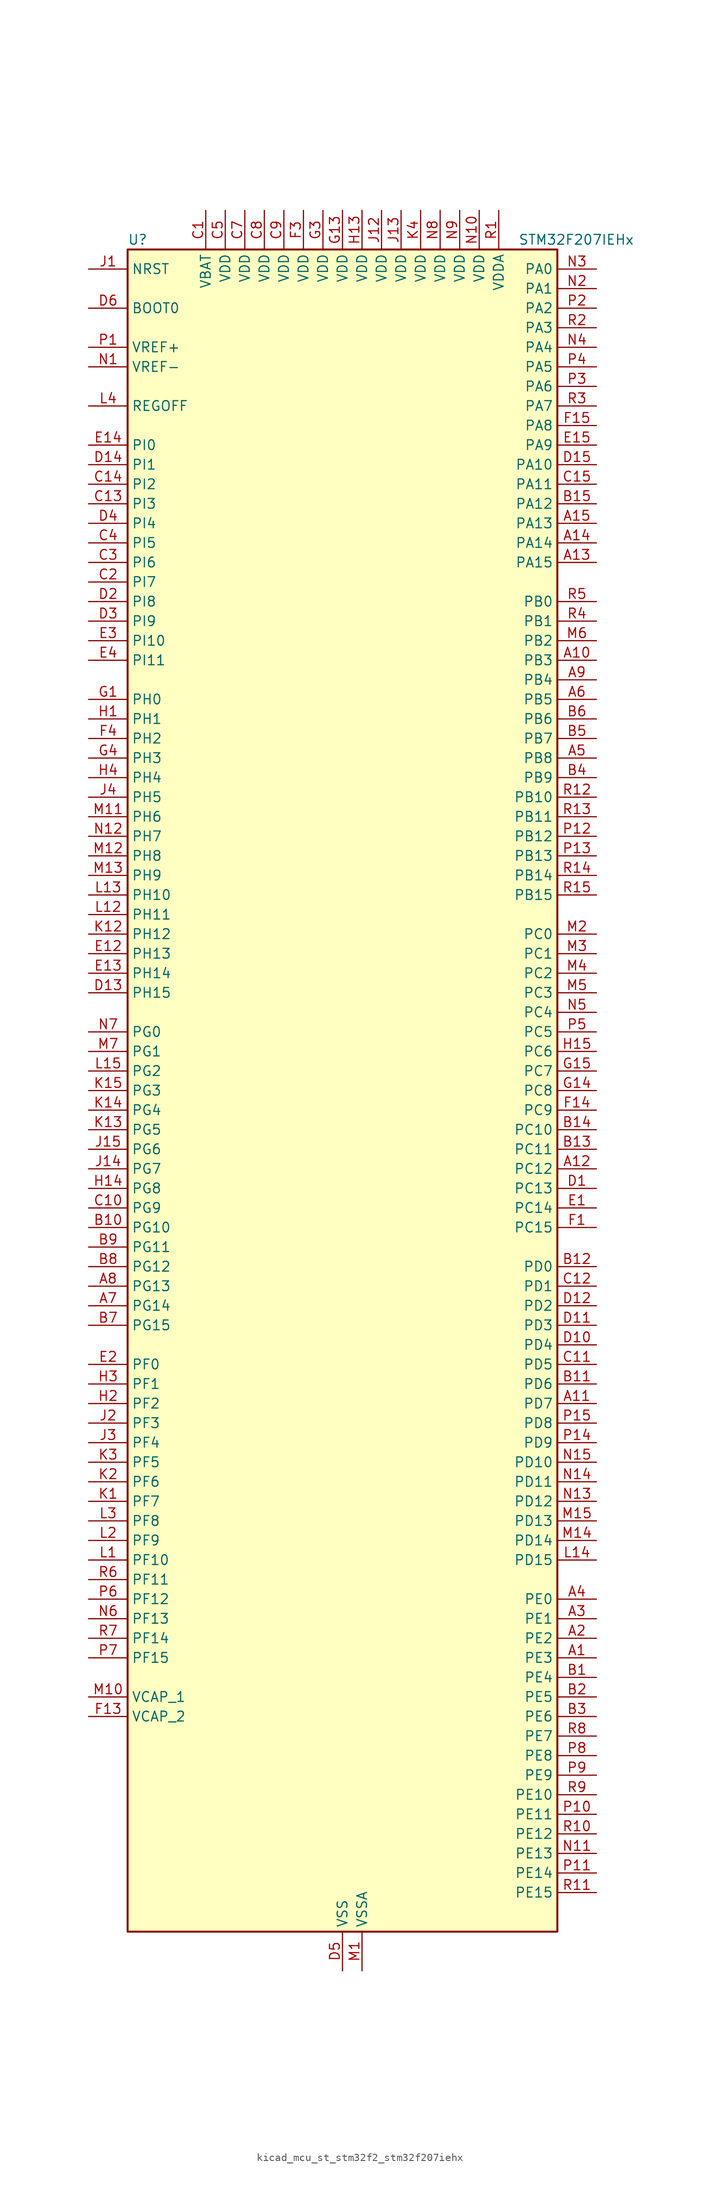
<source format=kicad_sym>
(kicad_symbol_lib
  (version 20220914)
  (generator kicad_symbol_editor)
  (symbol "kicad_mcu_st_stm32f2_stm32f207iehx"
    (property "Reference" "U"
      (at -27.94 110.49 0)
      (effects (font (size 1.27 1.27)) (justify left)))
    (property "Value" "STM32F207IEHx"
      (at 22.86 110.49 0)
      (effects (font (size 1.27 1.27)) (justify left)))
    (property "ki_locked" ""
      (at 0 0 0)
      (effects (font (size 1.27 1.27))))
    (symbol "kicad_mcu_st_stm32f2_stm32f207iehx_0_1"
      (rectangle (start -27.94 -109.22) (end 27.94 109.22) (stroke (width 0.254) (type default)) (fill (type background))))
    (symbol "kicad_mcu_st_stm32f2_stm32f207iehx_1_1"
      (pin bidirectional line (at 33.02 -73.66 180) (length 5.08) (name "PE3" (effects (font (size 1.27 1.27)))) (number "A1" (effects (font (size 1.27 1.27)))) (alternate "FSMC_A19" bidirectional line) (alternate "SYS_TRACED0" bidirectional line))
      (pin bidirectional line (at 33.02 55.88 180) (length 5.08) (name "PB3" (effects (font (size 1.27 1.27)))) (number "A10" (effects (font (size 1.27 1.27)))) (alternate "I2S3_SCK" bidirectional line) (alternate "SPI1_SCK" bidirectional line) (alternate "SPI3_SCK" bidirectional line) (alternate "SYS_JTDO-SWO" bidirectional line) (alternate "TIM2_CH2" bidirectional line))
      (pin bidirectional line (at 33.02 -40.64 180) (length 5.08) (name "PD7" (effects (font (size 1.27 1.27)))) (number "A11" (effects (font (size 1.27 1.27)))) (alternate "FSMC_NCE2" bidirectional line) (alternate "FSMC_NE1" bidirectional line) (alternate "USART2_CK" bidirectional line))
      (pin bidirectional line (at 33.02 -10.16 180) (length 5.08) (name "PC12" (effects (font (size 1.27 1.27)))) (number "A12" (effects (font (size 1.27 1.27)))) (alternate "DCMI_D9" bidirectional line) (alternate "I2S3_SD" bidirectional line) (alternate "SDIO_CK" bidirectional line) (alternate "SPI3_MOSI" bidirectional line) (alternate "UART5_TX" bidirectional line) (alternate "USART3_CK" bidirectional line))
      (pin bidirectional line (at 33.02 68.58 180) (length 5.08) (name "PA15" (effects (font (size 1.27 1.27)))) (number "A13" (effects (font (size 1.27 1.27)))) (alternate "ADC1_EXTI15" bidirectional line) (alternate "ADC2_EXTI15" bidirectional line) (alternate "ADC3_EXTI15" bidirectional line) (alternate "I2S3_WS" bidirectional line) (alternate "SPI1_NSS" bidirectional line) (alternate "SPI3_NSS" bidirectional line) (alternate "SYS_JTDI" bidirectional line) (alternate "TIM2_CH1" bidirectional line) (alternate "TIM2_ETR" bidirectional line))
      (pin bidirectional line (at 33.02 71.12 180) (length 5.08) (name "PA14" (effects (font (size 1.27 1.27)))) (number "A14" (effects (font (size 1.27 1.27)))) (alternate "SYS_JTCK-SWCLK" bidirectional line))
      (pin bidirectional line (at 33.02 73.66 180) (length 5.08) (name "PA13" (effects (font (size 1.27 1.27)))) (number "A15" (effects (font (size 1.27 1.27)))) (alternate "SYS_JTMS-SWDIO" bidirectional line))
      (pin bidirectional line (at 33.02 -71.12 180) (length 5.08) (name "PE2" (effects (font (size 1.27 1.27)))) (number "A2" (effects (font (size 1.27 1.27)))) (alternate "ETH_TXD3" bidirectional line) (alternate "FSMC_A23" bidirectional line) (alternate "SYS_TRACECLK" bidirectional line))
      (pin bidirectional line (at 33.02 -68.58 180) (length 5.08) (name "PE1" (effects (font (size 1.27 1.27)))) (number "A3" (effects (font (size 1.27 1.27)))) (alternate "DCMI_D3" bidirectional line) (alternate "FSMC_NBL1" bidirectional line))
      (pin bidirectional line (at 33.02 -66.04 180) (length 5.08) (name "PE0" (effects (font (size 1.27 1.27)))) (number "A4" (effects (font (size 1.27 1.27)))) (alternate "DCMI_D2" bidirectional line) (alternate "FSMC_NBL0" bidirectional line) (alternate "TIM4_ETR" bidirectional line))
      (pin bidirectional line (at 33.02 43.18 180) (length 5.08) (name "PB8" (effects (font (size 1.27 1.27)))) (number "A5" (effects (font (size 1.27 1.27)))) (alternate "CAN1_RX" bidirectional line) (alternate "DCMI_D6" bidirectional line) (alternate "ETH_TXD3" bidirectional line) (alternate "I2C1_SCL" bidirectional line) (alternate "SDIO_D4" bidirectional line) (alternate "TIM10_CH1" bidirectional line) (alternate "TIM4_CH3" bidirectional line))
      (pin bidirectional line (at 33.02 50.8 180) (length 5.08) (name "PB5" (effects (font (size 1.27 1.27)))) (number "A6" (effects (font (size 1.27 1.27)))) (alternate "CAN2_RX" bidirectional line) (alternate "DCMI_D10" bidirectional line) (alternate "ETH_PPS_OUT" bidirectional line) (alternate "I2C1_SMBA" bidirectional line) (alternate "I2S3_SD" bidirectional line) (alternate "SPI1_MOSI" bidirectional line) (alternate "SPI3_MOSI" bidirectional line) (alternate "TIM3_CH2" bidirectional line) (alternate "USB_OTG_HS_ULPI_D7" bidirectional line))
      (pin bidirectional line (at -33.02 -27.94 0) (length 5.08) (name "PG14" (effects (font (size 1.27 1.27)))) (number "A7" (effects (font (size 1.27 1.27)))) (alternate "ETH_TXD1" bidirectional line) (alternate "FSMC_A25" bidirectional line) (alternate "USART6_TX" bidirectional line))
      (pin bidirectional line (at -33.02 -25.4 0) (length 5.08) (name "PG13" (effects (font (size 1.27 1.27)))) (number "A8" (effects (font (size 1.27 1.27)))) (alternate "ETH_TXD0" bidirectional line) (alternate "FSMC_A24" bidirectional line) (alternate "USART6_CTS" bidirectional line))
      (pin bidirectional line (at 33.02 53.34 180) (length 5.08) (name "PB4" (effects (font (size 1.27 1.27)))) (number "A9" (effects (font (size 1.27 1.27)))) (alternate "SPI1_MISO" bidirectional line) (alternate "SPI3_MISO" bidirectional line) (alternate "SYS_JTRST" bidirectional line) (alternate "TIM3_CH1" bidirectional line))
      (pin bidirectional line (at 33.02 -76.2 180) (length 5.08) (name "PE4" (effects (font (size 1.27 1.27)))) (number "B1" (effects (font (size 1.27 1.27)))) (alternate "DCMI_D4" bidirectional line) (alternate "FSMC_A20" bidirectional line) (alternate "SYS_TRACED1" bidirectional line))
      (pin bidirectional line (at -33.02 -17.78 0) (length 5.08) (name "PG10" (effects (font (size 1.27 1.27)))) (number "B10" (effects (font (size 1.27 1.27)))) (alternate "FSMC_NCE4_1" bidirectional line) (alternate "FSMC_NE3" bidirectional line))
      (pin bidirectional line (at 33.02 -38.1 180) (length 5.08) (name "PD6" (effects (font (size 1.27 1.27)))) (number "B11" (effects (font (size 1.27 1.27)))) (alternate "FSMC_NWAIT" bidirectional line) (alternate "USART2_RX" bidirectional line))
      (pin bidirectional line (at 33.02 -22.86 180) (length 5.08) (name "PD0" (effects (font (size 1.27 1.27)))) (number "B12" (effects (font (size 1.27 1.27)))) (alternate "CAN1_RX" bidirectional line) (alternate "FSMC_D2" bidirectional line) (alternate "FSMC_DA2" bidirectional line))
      (pin bidirectional line (at 33.02 -7.62 180) (length 5.08) (name "PC11" (effects (font (size 1.27 1.27)))) (number "B13" (effects (font (size 1.27 1.27)))) (alternate "ADC1_EXTI11" bidirectional line) (alternate "ADC2_EXTI11" bidirectional line) (alternate "ADC3_EXTI11" bidirectional line) (alternate "DCMI_D4" bidirectional line) (alternate "SDIO_D3" bidirectional line) (alternate "SPI3_MISO" bidirectional line) (alternate "UART4_RX" bidirectional line) (alternate "USART3_RX" bidirectional line))
      (pin bidirectional line (at 33.02 -5.08 180) (length 5.08) (name "PC10" (effects (font (size 1.27 1.27)))) (number "B14" (effects (font (size 1.27 1.27)))) (alternate "DCMI_D8" bidirectional line) (alternate "I2S3_SCK" bidirectional line) (alternate "SDIO_D2" bidirectional line) (alternate "SPI3_SCK" bidirectional line) (alternate "UART4_TX" bidirectional line) (alternate "USART3_TX" bidirectional line))
      (pin bidirectional line (at 33.02 76.2 180) (length 5.08) (name "PA12" (effects (font (size 1.27 1.27)))) (number "B15" (effects (font (size 1.27 1.27)))) (alternate "CAN1_TX" bidirectional line) (alternate "TIM1_ETR" bidirectional line) (alternate "USART1_RTS" bidirectional line) (alternate "USB_OTG_FS_DP" bidirectional line))
      (pin bidirectional line (at 33.02 -78.74 180) (length 5.08) (name "PE5" (effects (font (size 1.27 1.27)))) (number "B2" (effects (font (size 1.27 1.27)))) (alternate "DCMI_D6" bidirectional line) (alternate "FSMC_A21" bidirectional line) (alternate "SYS_TRACED2" bidirectional line) (alternate "TIM9_CH1" bidirectional line))
      (pin bidirectional line (at 33.02 -81.28 180) (length 5.08) (name "PE6" (effects (font (size 1.27 1.27)))) (number "B3" (effects (font (size 1.27 1.27)))) (alternate "DCMI_D7" bidirectional line) (alternate "FSMC_A22" bidirectional line) (alternate "SYS_TRACED3" bidirectional line) (alternate "TIM9_CH2" bidirectional line))
      (pin bidirectional line (at 33.02 40.64 180) (length 5.08) (name "PB9" (effects (font (size 1.27 1.27)))) (number "B4" (effects (font (size 1.27 1.27)))) (alternate "CAN1_TX" bidirectional line) (alternate "DAC_EXTI9" bidirectional line) (alternate "DCMI_D7" bidirectional line) (alternate "I2C1_SDA" bidirectional line) (alternate "I2S2_WS" bidirectional line) (alternate "SDIO_D5" bidirectional line) (alternate "SPI2_NSS" bidirectional line) (alternate "TIM11_CH1" bidirectional line) (alternate "TIM4_CH4" bidirectional line))
      (pin bidirectional line (at 33.02 45.72 180) (length 5.08) (name "PB7" (effects (font (size 1.27 1.27)))) (number "B5" (effects (font (size 1.27 1.27)))) (alternate "DCMI_VSYNC" bidirectional line) (alternate "FSMC_NL" bidirectional line) (alternate "I2C1_SDA" bidirectional line) (alternate "TIM4_CH2" bidirectional line) (alternate "USART1_RX" bidirectional line))
      (pin bidirectional line (at 33.02 48.26 180) (length 5.08) (name "PB6" (effects (font (size 1.27 1.27)))) (number "B6" (effects (font (size 1.27 1.27)))) (alternate "CAN2_TX" bidirectional line) (alternate "DCMI_D5" bidirectional line) (alternate "I2C1_SCL" bidirectional line) (alternate "TIM4_CH1" bidirectional line) (alternate "USART1_TX" bidirectional line))
      (pin bidirectional line (at -33.02 -30.48 0) (length 5.08) (name "PG15" (effects (font (size 1.27 1.27)))) (number "B7" (effects (font (size 1.27 1.27)))) (alternate "ADC1_EXTI15" bidirectional line) (alternate "ADC2_EXTI15" bidirectional line) (alternate "ADC3_EXTI15" bidirectional line) (alternate "DCMI_D13" bidirectional line) (alternate "USART6_CTS" bidirectional line))
      (pin bidirectional line (at -33.02 -22.86 0) (length 5.08) (name "PG12" (effects (font (size 1.27 1.27)))) (number "B8" (effects (font (size 1.27 1.27)))) (alternate "FSMC_NE4" bidirectional line) (alternate "USART6_RTS" bidirectional line))
      (pin bidirectional line (at -33.02 -20.32 0) (length 5.08) (name "PG11" (effects (font (size 1.27 1.27)))) (number "B9" (effects (font (size 1.27 1.27)))) (alternate "ADC1_EXTI11" bidirectional line) (alternate "ADC2_EXTI11" bidirectional line) (alternate "ADC3_EXTI11" bidirectional line) (alternate "ETH_TX_EN" bidirectional line) (alternate "FSMC_NCE4_2" bidirectional line))
      (pin power_in line (at -17.78 114.3 270) (length 5.08) (name "VBAT" (effects (font (size 1.27 1.27)))) (number "C1" (effects (font (size 1.27 1.27)))))
      (pin bidirectional line (at -33.02 -15.24 0) (length 5.08) (name "PG9" (effects (font (size 1.27 1.27)))) (number "C10" (effects (font (size 1.27 1.27)))) (alternate "DAC_EXTI9" bidirectional line) (alternate "FSMC_NCE3" bidirectional line) (alternate "FSMC_NE2" bidirectional line) (alternate "USART6_RX" bidirectional line))
      (pin bidirectional line (at 33.02 -35.56 180) (length 5.08) (name "PD5" (effects (font (size 1.27 1.27)))) (number "C11" (effects (font (size 1.27 1.27)))) (alternate "FSMC_NWE" bidirectional line) (alternate "USART2_TX" bidirectional line))
      (pin bidirectional line (at 33.02 -25.4 180) (length 5.08) (name "PD1" (effects (font (size 1.27 1.27)))) (number "C12" (effects (font (size 1.27 1.27)))) (alternate "CAN1_TX" bidirectional line) (alternate "FSMC_D3" bidirectional line) (alternate "FSMC_DA3" bidirectional line))
      (pin bidirectional line (at -33.02 76.2 0) (length 5.08) (name "PI3" (effects (font (size 1.27 1.27)))) (number "C13" (effects (font (size 1.27 1.27)))) (alternate "DCMI_D10" bidirectional line) (alternate "I2S2_SD" bidirectional line) (alternate "SPI2_MOSI" bidirectional line) (alternate "TIM8_ETR" bidirectional line))
      (pin bidirectional line (at -33.02 78.74 0) (length 5.08) (name "PI2" (effects (font (size 1.27 1.27)))) (number "C14" (effects (font (size 1.27 1.27)))) (alternate "DCMI_D9" bidirectional line) (alternate "SPI2_MISO" bidirectional line) (alternate "TIM8_CH4" bidirectional line))
      (pin bidirectional line (at 33.02 78.74 180) (length 5.08) (name "PA11" (effects (font (size 1.27 1.27)))) (number "C15" (effects (font (size 1.27 1.27)))) (alternate "ADC1_EXTI11" bidirectional line) (alternate "ADC2_EXTI11" bidirectional line) (alternate "ADC3_EXTI11" bidirectional line) (alternate "CAN1_RX" bidirectional line) (alternate "TIM1_CH4" bidirectional line) (alternate "USART1_CTS" bidirectional line) (alternate "USB_OTG_FS_DM" bidirectional line))
      (pin bidirectional line (at -33.02 66.04 0) (length 5.08) (name "PI7" (effects (font (size 1.27 1.27)))) (number "C2" (effects (font (size 1.27 1.27)))) (alternate "DCMI_D7" bidirectional line) (alternate "TIM8_CH3" bidirectional line))
      (pin bidirectional line (at -33.02 68.58 0) (length 5.08) (name "PI6" (effects (font (size 1.27 1.27)))) (number "C3" (effects (font (size 1.27 1.27)))) (alternate "DCMI_D6" bidirectional line) (alternate "TIM8_CH2" bidirectional line))
      (pin bidirectional line (at -33.02 71.12 0) (length 5.08) (name "PI5" (effects (font (size 1.27 1.27)))) (number "C4" (effects (font (size 1.27 1.27)))) (alternate "DCMI_VSYNC" bidirectional line) (alternate "TIM8_CH1" bidirectional line))
      (pin power_in line (at -15.24 114.3 270) (length 5.08) (name "VDD" (effects (font (size 1.27 1.27)))) (number "C5" (effects (font (size 1.27 1.27)))))
      (pin no_connect line (at -27.94 -109.22 0) (length 5.08) hide (name "RFU" (effects (font (size 1.27 1.27)))) (number "C6" (effects (font (size 1.27 1.27)))))
      (pin power_in line (at -12.7 114.3 270) (length 5.08) (name "VDD" (effects (font (size 1.27 1.27)))) (number "C7" (effects (font (size 1.27 1.27)))))
      (pin power_in line (at -10.16 114.3 270) (length 5.08) (name "VDD" (effects (font (size 1.27 1.27)))) (number "C8" (effects (font (size 1.27 1.27)))))
      (pin power_in line (at -7.62 114.3 270) (length 5.08) (name "VDD" (effects (font (size 1.27 1.27)))) (number "C9" (effects (font (size 1.27 1.27)))))
      (pin bidirectional line (at 33.02 -12.7 180) (length 5.08) (name "PC13" (effects (font (size 1.27 1.27)))) (number "D1" (effects (font (size 1.27 1.27)))) (alternate "RTC_AF1" bidirectional line))
      (pin bidirectional line (at 33.02 -33.02 180) (length 5.08) (name "PD4" (effects (font (size 1.27 1.27)))) (number "D10" (effects (font (size 1.27 1.27)))) (alternate "FSMC_NOE" bidirectional line) (alternate "USART2_RTS" bidirectional line))
      (pin bidirectional line (at 33.02 -30.48 180) (length 5.08) (name "PD3" (effects (font (size 1.27 1.27)))) (number "D11" (effects (font (size 1.27 1.27)))) (alternate "FSMC_CLK" bidirectional line) (alternate "USART2_CTS" bidirectional line))
      (pin bidirectional line (at 33.02 -27.94 180) (length 5.08) (name "PD2" (effects (font (size 1.27 1.27)))) (number "D12" (effects (font (size 1.27 1.27)))) (alternate "DCMI_D11" bidirectional line) (alternate "SDIO_CMD" bidirectional line) (alternate "TIM3_ETR" bidirectional line) (alternate "UART5_RX" bidirectional line))
      (pin bidirectional line (at -33.02 12.7 0) (length 5.08) (name "PH15" (effects (font (size 1.27 1.27)))) (number "D13" (effects (font (size 1.27 1.27)))) (alternate "ADC1_EXTI15" bidirectional line) (alternate "ADC2_EXTI15" bidirectional line) (alternate "ADC3_EXTI15" bidirectional line) (alternate "DCMI_D11" bidirectional line) (alternate "TIM8_CH3N" bidirectional line))
      (pin bidirectional line (at -33.02 81.28 0) (length 5.08) (name "PI1" (effects (font (size 1.27 1.27)))) (number "D14" (effects (font (size 1.27 1.27)))) (alternate "DCMI_D8" bidirectional line) (alternate "I2S2_SCK" bidirectional line) (alternate "SPI2_SCK" bidirectional line))
      (pin bidirectional line (at 33.02 81.28 180) (length 5.08) (name "PA10" (effects (font (size 1.27 1.27)))) (number "D15" (effects (font (size 1.27 1.27)))) (alternate "DCMI_D1" bidirectional line) (alternate "TIM1_CH3" bidirectional line) (alternate "USART1_RX" bidirectional line) (alternate "USB_OTG_FS_ID" bidirectional line))
      (pin bidirectional line (at -33.02 63.5 0) (length 5.08) (name "PI8" (effects (font (size 1.27 1.27)))) (number "D2" (effects (font (size 1.27 1.27)))) (alternate "RTC_AF2" bidirectional line))
      (pin bidirectional line (at -33.02 60.96 0) (length 5.08) (name "PI9" (effects (font (size 1.27 1.27)))) (number "D3" (effects (font (size 1.27 1.27)))) (alternate "CAN1_RX" bidirectional line) (alternate "DAC_EXTI9" bidirectional line))
      (pin bidirectional line (at -33.02 73.66 0) (length 5.08) (name "PI4" (effects (font (size 1.27 1.27)))) (number "D4" (effects (font (size 1.27 1.27)))) (alternate "DCMI_D5" bidirectional line) (alternate "TIM8_BKIN" bidirectional line))
      (pin power_in line (at 0 -114.3 90) (length 5.08) (name "VSS" (effects (font (size 1.27 1.27)))) (number "D5" (effects (font (size 1.27 1.27)))))
      (pin input line (at -33.02 101.6 0) (length 5.08) (name "BOOT0" (effects (font (size 1.27 1.27)))) (number "D6" (effects (font (size 1.27 1.27)))))
      (pin passive line (at 0 -114.3 90) (length 5.08) hide (name "VSS" (effects (font (size 1.27 1.27)))) (number "D7" (effects (font (size 1.27 1.27)))))
      (pin passive line (at 0 -114.3 90) (length 5.08) hide (name "VSS" (effects (font (size 1.27 1.27)))) (number "D8" (effects (font (size 1.27 1.27)))))
      (pin passive line (at 0 -114.3 90) (length 5.08) hide (name "VSS" (effects (font (size 1.27 1.27)))) (number "D9" (effects (font (size 1.27 1.27)))))
      (pin bidirectional line (at 33.02 -15.24 180) (length 5.08) (name "PC14" (effects (font (size 1.27 1.27)))) (number "E1" (effects (font (size 1.27 1.27)))) (alternate "RCC_OSC32_IN" bidirectional line))
      (pin bidirectional line (at -33.02 17.78 0) (length 5.08) (name "PH13" (effects (font (size 1.27 1.27)))) (number "E12" (effects (font (size 1.27 1.27)))) (alternate "CAN1_TX" bidirectional line) (alternate "TIM8_CH1N" bidirectional line))
      (pin bidirectional line (at -33.02 15.24 0) (length 5.08) (name "PH14" (effects (font (size 1.27 1.27)))) (number "E13" (effects (font (size 1.27 1.27)))) (alternate "DCMI_D4" bidirectional line) (alternate "TIM8_CH2N" bidirectional line))
      (pin bidirectional line (at -33.02 83.82 0) (length 5.08) (name "PI0" (effects (font (size 1.27 1.27)))) (number "E14" (effects (font (size 1.27 1.27)))) (alternate "DCMI_D13" bidirectional line) (alternate "I2S2_WS" bidirectional line) (alternate "SPI2_NSS" bidirectional line) (alternate "TIM5_CH4" bidirectional line))
      (pin bidirectional line (at 33.02 83.82 180) (length 5.08) (name "PA9" (effects (font (size 1.27 1.27)))) (number "E15" (effects (font (size 1.27 1.27)))) (alternate "DAC_EXTI9" bidirectional line) (alternate "DCMI_D0" bidirectional line) (alternate "I2C3_SMBA" bidirectional line) (alternate "TIM1_CH2" bidirectional line) (alternate "USART1_TX" bidirectional line) (alternate "USB_OTG_FS_VBUS" bidirectional line))
      (pin bidirectional line (at -33.02 -35.56 0) (length 5.08) (name "PF0" (effects (font (size 1.27 1.27)))) (number "E2" (effects (font (size 1.27 1.27)))) (alternate "FSMC_A0" bidirectional line) (alternate "I2C2_SDA" bidirectional line))
      (pin bidirectional line (at -33.02 58.42 0) (length 5.08) (name "PI10" (effects (font (size 1.27 1.27)))) (number "E3" (effects (font (size 1.27 1.27)))) (alternate "ETH_RX_ER" bidirectional line))
      (pin bidirectional line (at -33.02 55.88 0) (length 5.08) (name "PI11" (effects (font (size 1.27 1.27)))) (number "E4" (effects (font (size 1.27 1.27)))) (alternate "ADC1_EXTI11" bidirectional line) (alternate "ADC2_EXTI11" bidirectional line) (alternate "ADC3_EXTI11" bidirectional line) (alternate "USB_OTG_HS_ULPI_DIR" bidirectional line))
      (pin bidirectional line (at 33.02 -17.78 180) (length 5.08) (name "PC15" (effects (font (size 1.27 1.27)))) (number "F1" (effects (font (size 1.27 1.27)))) (alternate "ADC1_EXTI15" bidirectional line) (alternate "ADC2_EXTI15" bidirectional line) (alternate "ADC3_EXTI15" bidirectional line) (alternate "RCC_OSC32_OUT" bidirectional line))
      (pin passive line (at 0 -114.3 90) (length 5.08) hide (name "VSS" (effects (font (size 1.27 1.27)))) (number "F10" (effects (font (size 1.27 1.27)))))
      (pin passive line (at 0 -114.3 90) (length 5.08) hide (name "VSS" (effects (font (size 1.27 1.27)))) (number "F12" (effects (font (size 1.27 1.27)))))
      (pin power_out line (at -33.02 -81.28 0) (length 5.08) (name "VCAP_2" (effects (font (size 1.27 1.27)))) (number "F13" (effects (font (size 1.27 1.27)))))
      (pin bidirectional line (at 33.02 -2.54 180) (length 5.08) (name "PC9" (effects (font (size 1.27 1.27)))) (number "F14" (effects (font (size 1.27 1.27)))) (alternate "DAC_EXTI9" bidirectional line) (alternate "DCMI_D3" bidirectional line) (alternate "I2C3_SDA" bidirectional line) (alternate "I2S_CKIN" bidirectional line) (alternate "RCC_MCO_2" bidirectional line) (alternate "SDIO_D1" bidirectional line) (alternate "TIM3_CH4" bidirectional line) (alternate "TIM8_CH4" bidirectional line))
      (pin bidirectional line (at 33.02 86.36 180) (length 5.08) (name "PA8" (effects (font (size 1.27 1.27)))) (number "F15" (effects (font (size 1.27 1.27)))) (alternate "I2C3_SCL" bidirectional line) (alternate "RCC_MCO_1" bidirectional line) (alternate "TIM1_CH1" bidirectional line) (alternate "USART1_CK" bidirectional line) (alternate "USB_OTG_FS_SOF" bidirectional line))
      (pin passive line (at 0 -114.3 90) (length 5.08) hide (name "VSS" (effects (font (size 1.27 1.27)))) (number "F2" (effects (font (size 1.27 1.27)))))
      (pin power_in line (at -5.08 114.3 270) (length 5.08) (name "VDD" (effects (font (size 1.27 1.27)))) (number "F3" (effects (font (size 1.27 1.27)))))
      (pin bidirectional line (at -33.02 45.72 0) (length 5.08) (name "PH2" (effects (font (size 1.27 1.27)))) (number "F4" (effects (font (size 1.27 1.27)))) (alternate "ETH_CRS" bidirectional line))
      (pin passive line (at 0 -114.3 90) (length 5.08) hide (name "VSS" (effects (font (size 1.27 1.27)))) (number "F6" (effects (font (size 1.27 1.27)))))
      (pin passive line (at 0 -114.3 90) (length 5.08) hide (name "VSS" (effects (font (size 1.27 1.27)))) (number "F7" (effects (font (size 1.27 1.27)))))
      (pin passive line (at 0 -114.3 90) (length 5.08) hide (name "VSS" (effects (font (size 1.27 1.27)))) (number "F8" (effects (font (size 1.27 1.27)))))
      (pin passive line (at 0 -114.3 90) (length 5.08) hide (name "VSS" (effects (font (size 1.27 1.27)))) (number "F9" (effects (font (size 1.27 1.27)))))
      (pin bidirectional line (at -33.02 50.8 0) (length 5.08) (name "PH0" (effects (font (size 1.27 1.27)))) (number "G1" (effects (font (size 1.27 1.27)))) (alternate "RCC_OSC_IN" bidirectional line))
      (pin passive line (at 0 -114.3 90) (length 5.08) hide (name "VSS" (effects (font (size 1.27 1.27)))) (number "G10" (effects (font (size 1.27 1.27)))))
      (pin passive line (at 0 -114.3 90) (length 5.08) hide (name "VSS" (effects (font (size 1.27 1.27)))) (number "G12" (effects (font (size 1.27 1.27)))))
      (pin power_in line (at 0 114.3 270) (length 5.08) (name "VDD" (effects (font (size 1.27 1.27)))) (number "G13" (effects (font (size 1.27 1.27)))))
      (pin bidirectional line (at 33.02 0 180) (length 5.08) (name "PC8" (effects (font (size 1.27 1.27)))) (number "G14" (effects (font (size 1.27 1.27)))) (alternate "DCMI_D2" bidirectional line) (alternate "SDIO_D0" bidirectional line) (alternate "TIM3_CH3" bidirectional line) (alternate "TIM8_CH3" bidirectional line) (alternate "USART6_CK" bidirectional line))
      (pin bidirectional line (at 33.02 2.54 180) (length 5.08) (name "PC7" (effects (font (size 1.27 1.27)))) (number "G15" (effects (font (size 1.27 1.27)))) (alternate "DCMI_D1" bidirectional line) (alternate "I2S3_MCK" bidirectional line) (alternate "SDIO_D7" bidirectional line) (alternate "TIM3_CH2" bidirectional line) (alternate "TIM8_CH2" bidirectional line) (alternate "USART6_RX" bidirectional line))
      (pin passive line (at 0 -114.3 90) (length 5.08) hide (name "VSS" (effects (font (size 1.27 1.27)))) (number "G2" (effects (font (size 1.27 1.27)))))
      (pin power_in line (at -2.54 114.3 270) (length 5.08) (name "VDD" (effects (font (size 1.27 1.27)))) (number "G3" (effects (font (size 1.27 1.27)))))
      (pin bidirectional line (at -33.02 43.18 0) (length 5.08) (name "PH3" (effects (font (size 1.27 1.27)))) (number "G4" (effects (font (size 1.27 1.27)))) (alternate "ETH_COL" bidirectional line))
      (pin passive line (at 0 -114.3 90) (length 5.08) hide (name "VSS" (effects (font (size 1.27 1.27)))) (number "G6" (effects (font (size 1.27 1.27)))))
      (pin passive line (at 0 -114.3 90) (length 5.08) hide (name "VSS" (effects (font (size 1.27 1.27)))) (number "G7" (effects (font (size 1.27 1.27)))))
      (pin passive line (at 0 -114.3 90) (length 5.08) hide (name "VSS" (effects (font (size 1.27 1.27)))) (number "G8" (effects (font (size 1.27 1.27)))))
      (pin passive line (at 0 -114.3 90) (length 5.08) hide (name "VSS" (effects (font (size 1.27 1.27)))) (number "G9" (effects (font (size 1.27 1.27)))))
      (pin bidirectional line (at -33.02 48.26 0) (length 5.08) (name "PH1" (effects (font (size 1.27 1.27)))) (number "H1" (effects (font (size 1.27 1.27)))) (alternate "RCC_OSC_OUT" bidirectional line))
      (pin passive line (at 0 -114.3 90) (length 5.08) hide (name "VSS" (effects (font (size 1.27 1.27)))) (number "H10" (effects (font (size 1.27 1.27)))))
      (pin passive line (at 0 -114.3 90) (length 5.08) hide (name "VSS" (effects (font (size 1.27 1.27)))) (number "H12" (effects (font (size 1.27 1.27)))))
      (pin power_in line (at 2.54 114.3 270) (length 5.08) (name "VDD" (effects (font (size 1.27 1.27)))) (number "H13" (effects (font (size 1.27 1.27)))))
      (pin bidirectional line (at -33.02 -12.7 0) (length 5.08) (name "PG8" (effects (font (size 1.27 1.27)))) (number "H14" (effects (font (size 1.27 1.27)))) (alternate "ETH_PPS_OUT" bidirectional line) (alternate "USART6_RTS" bidirectional line))
      (pin bidirectional line (at 33.02 5.08 180) (length 5.08) (name "PC6" (effects (font (size 1.27 1.27)))) (number "H15" (effects (font (size 1.27 1.27)))) (alternate "DCMI_D0" bidirectional line) (alternate "I2S2_MCK" bidirectional line) (alternate "SDIO_D6" bidirectional line) (alternate "TIM3_CH1" bidirectional line) (alternate "TIM8_CH1" bidirectional line) (alternate "USART6_TX" bidirectional line))
      (pin bidirectional line (at -33.02 -40.64 0) (length 5.08) (name "PF2" (effects (font (size 1.27 1.27)))) (number "H2" (effects (font (size 1.27 1.27)))) (alternate "FSMC_A2" bidirectional line) (alternate "I2C2_SMBA" bidirectional line))
      (pin bidirectional line (at -33.02 -38.1 0) (length 5.08) (name "PF1" (effects (font (size 1.27 1.27)))) (number "H3" (effects (font (size 1.27 1.27)))) (alternate "FSMC_A1" bidirectional line) (alternate "I2C2_SCL" bidirectional line))
      (pin bidirectional line (at -33.02 40.64 0) (length 5.08) (name "PH4" (effects (font (size 1.27 1.27)))) (number "H4" (effects (font (size 1.27 1.27)))) (alternate "I2C2_SCL" bidirectional line) (alternate "USB_OTG_HS_ULPI_NXT" bidirectional line))
      (pin passive line (at 0 -114.3 90) (length 5.08) hide (name "VSS" (effects (font (size 1.27 1.27)))) (number "H6" (effects (font (size 1.27 1.27)))))
      (pin passive line (at 0 -114.3 90) (length 5.08) hide (name "VSS" (effects (font (size 1.27 1.27)))) (number "H7" (effects (font (size 1.27 1.27)))))
      (pin passive line (at 0 -114.3 90) (length 5.08) hide (name "VSS" (effects (font (size 1.27 1.27)))) (number "H8" (effects (font (size 1.27 1.27)))))
      (pin passive line (at 0 -114.3 90) (length 5.08) hide (name "VSS" (effects (font (size 1.27 1.27)))) (number "H9" (effects (font (size 1.27 1.27)))))
      (pin input line (at -33.02 106.68 0) (length 5.08) (name "NRST" (effects (font (size 1.27 1.27)))) (number "J1" (effects (font (size 1.27 1.27)))))
      (pin passive line (at 0 -114.3 90) (length 5.08) hide (name "VSS" (effects (font (size 1.27 1.27)))) (number "J10" (effects (font (size 1.27 1.27)))))
      (pin power_in line (at 5.08 114.3 270) (length 5.08) (name "VDD" (effects (font (size 1.27 1.27)))) (number "J12" (effects (font (size 1.27 1.27)))))
      (pin power_in line (at 7.62 114.3 270) (length 5.08) (name "VDD" (effects (font (size 1.27 1.27)))) (number "J13" (effects (font (size 1.27 1.27)))))
      (pin bidirectional line (at -33.02 -10.16 0) (length 5.08) (name "PG7" (effects (font (size 1.27 1.27)))) (number "J14" (effects (font (size 1.27 1.27)))) (alternate "FSMC_INT3" bidirectional line) (alternate "USART6_CK" bidirectional line))
      (pin bidirectional line (at -33.02 -7.62 0) (length 5.08) (name "PG6" (effects (font (size 1.27 1.27)))) (number "J15" (effects (font (size 1.27 1.27)))) (alternate "FSMC_INT2" bidirectional line))
      (pin bidirectional line (at -33.02 -43.18 0) (length 5.08) (name "PF3" (effects (font (size 1.27 1.27)))) (number "J2" (effects (font (size 1.27 1.27)))) (alternate "ADC3_IN9" bidirectional line) (alternate "FSMC_A3" bidirectional line))
      (pin bidirectional line (at -33.02 -45.72 0) (length 5.08) (name "PF4" (effects (font (size 1.27 1.27)))) (number "J3" (effects (font (size 1.27 1.27)))) (alternate "ADC3_IN14" bidirectional line) (alternate "FSMC_A4" bidirectional line))
      (pin bidirectional line (at -33.02 38.1 0) (length 5.08) (name "PH5" (effects (font (size 1.27 1.27)))) (number "J4" (effects (font (size 1.27 1.27)))) (alternate "I2C2_SDA" bidirectional line))
      (pin passive line (at 0 -114.3 90) (length 5.08) hide (name "VSS" (effects (font (size 1.27 1.27)))) (number "J6" (effects (font (size 1.27 1.27)))))
      (pin passive line (at 0 -114.3 90) (length 5.08) hide (name "VSS" (effects (font (size 1.27 1.27)))) (number "J7" (effects (font (size 1.27 1.27)))))
      (pin passive line (at 0 -114.3 90) (length 5.08) hide (name "VSS" (effects (font (size 1.27 1.27)))) (number "J8" (effects (font (size 1.27 1.27)))))
      (pin passive line (at 0 -114.3 90) (length 5.08) hide (name "VSS" (effects (font (size 1.27 1.27)))) (number "J9" (effects (font (size 1.27 1.27)))))
      (pin bidirectional line (at -33.02 -53.34 0) (length 5.08) (name "PF7" (effects (font (size 1.27 1.27)))) (number "K1" (effects (font (size 1.27 1.27)))) (alternate "ADC3_IN5" bidirectional line) (alternate "FSMC_NREG" bidirectional line) (alternate "TIM11_CH1" bidirectional line))
      (pin passive line (at 0 -114.3 90) (length 5.08) hide (name "VSS" (effects (font (size 1.27 1.27)))) (number "K10" (effects (font (size 1.27 1.27)))))
      (pin bidirectional line (at -33.02 20.32 0) (length 5.08) (name "PH12" (effects (font (size 1.27 1.27)))) (number "K12" (effects (font (size 1.27 1.27)))) (alternate "DCMI_D3" bidirectional line) (alternate "TIM5_CH3" bidirectional line))
      (pin bidirectional line (at -33.02 -5.08 0) (length 5.08) (name "PG5" (effects (font (size 1.27 1.27)))) (number "K13" (effects (font (size 1.27 1.27)))) (alternate "FSMC_A15" bidirectional line))
      (pin bidirectional line (at -33.02 -2.54 0) (length 5.08) (name "PG4" (effects (font (size 1.27 1.27)))) (number "K14" (effects (font (size 1.27 1.27)))) (alternate "FSMC_A14" bidirectional line))
      (pin bidirectional line (at -33.02 0 0) (length 5.08) (name "PG3" (effects (font (size 1.27 1.27)))) (number "K15" (effects (font (size 1.27 1.27)))) (alternate "FSMC_A13" bidirectional line))
      (pin bidirectional line (at -33.02 -50.8 0) (length 5.08) (name "PF6" (effects (font (size 1.27 1.27)))) (number "K2" (effects (font (size 1.27 1.27)))) (alternate "ADC3_IN4" bidirectional line) (alternate "FSMC_NIORD" bidirectional line) (alternate "TIM10_CH1" bidirectional line))
      (pin bidirectional line (at -33.02 -48.26 0) (length 5.08) (name "PF5" (effects (font (size 1.27 1.27)))) (number "K3" (effects (font (size 1.27 1.27)))) (alternate "ADC3_IN15" bidirectional line) (alternate "FSMC_A5" bidirectional line))
      (pin power_in line (at 10.16 114.3 270) (length 5.08) (name "VDD" (effects (font (size 1.27 1.27)))) (number "K4" (effects (font (size 1.27 1.27)))))
      (pin passive line (at 0 -114.3 90) (length 5.08) hide (name "VSS" (effects (font (size 1.27 1.27)))) (number "K6" (effects (font (size 1.27 1.27)))))
      (pin passive line (at 0 -114.3 90) (length 5.08) hide (name "VSS" (effects (font (size 1.27 1.27)))) (number "K7" (effects (font (size 1.27 1.27)))))
      (pin passive line (at 0 -114.3 90) (length 5.08) hide (name "VSS" (effects (font (size 1.27 1.27)))) (number "K8" (effects (font (size 1.27 1.27)))))
      (pin passive line (at 0 -114.3 90) (length 5.08) hide (name "VSS" (effects (font (size 1.27 1.27)))) (number "K9" (effects (font (size 1.27 1.27)))))
      (pin bidirectional line (at -33.02 -60.96 0) (length 5.08) (name "PF10" (effects (font (size 1.27 1.27)))) (number "L1" (effects (font (size 1.27 1.27)))) (alternate "ADC3_IN8" bidirectional line) (alternate "FSMC_INTR" bidirectional line))
      (pin bidirectional line (at -33.02 22.86 0) (length 5.08) (name "PH11" (effects (font (size 1.27 1.27)))) (number "L12" (effects (font (size 1.27 1.27)))) (alternate "ADC1_EXTI11" bidirectional line) (alternate "ADC2_EXTI11" bidirectional line) (alternate "ADC3_EXTI11" bidirectional line) (alternate "DCMI_D2" bidirectional line) (alternate "TIM5_CH2" bidirectional line))
      (pin bidirectional line (at -33.02 25.4 0) (length 5.08) (name "PH10" (effects (font (size 1.27 1.27)))) (number "L13" (effects (font (size 1.27 1.27)))) (alternate "DCMI_D1" bidirectional line) (alternate "TIM5_CH1" bidirectional line))
      (pin bidirectional line (at 33.02 -60.96 180) (length 5.08) (name "PD15" (effects (font (size 1.27 1.27)))) (number "L14" (effects (font (size 1.27 1.27)))) (alternate "ADC1_EXTI15" bidirectional line) (alternate "ADC2_EXTI15" bidirectional line) (alternate "ADC3_EXTI15" bidirectional line) (alternate "FSMC_D1" bidirectional line) (alternate "FSMC_DA1" bidirectional line) (alternate "TIM4_CH4" bidirectional line))
      (pin bidirectional line (at -33.02 2.54 0) (length 5.08) (name "PG2" (effects (font (size 1.27 1.27)))) (number "L15" (effects (font (size 1.27 1.27)))) (alternate "FSMC_A12" bidirectional line))
      (pin bidirectional line (at -33.02 -58.42 0) (length 5.08) (name "PF9" (effects (font (size 1.27 1.27)))) (number "L2" (effects (font (size 1.27 1.27)))) (alternate "ADC3_IN7" bidirectional line) (alternate "DAC_EXTI9" bidirectional line) (alternate "FSMC_CD" bidirectional line) (alternate "TIM14_CH1" bidirectional line))
      (pin bidirectional line (at -33.02 -55.88 0) (length 5.08) (name "PF8" (effects (font (size 1.27 1.27)))) (number "L3" (effects (font (size 1.27 1.27)))) (alternate "ADC3_IN6" bidirectional line) (alternate "FSMC_NIOWR" bidirectional line) (alternate "TIM13_CH1" bidirectional line))
      (pin input line (at -33.02 88.9 0) (length 5.08) (name "REGOFF" (effects (font (size 1.27 1.27)))) (number "L4" (effects (font (size 1.27 1.27)))))
      (pin power_in line (at 2.54 -114.3 90) (length 5.08) (name "VSSA" (effects (font (size 1.27 1.27)))) (number "M1" (effects (font (size 1.27 1.27)))))
      (pin power_out line (at -33.02 -78.74 0) (length 5.08) (name "VCAP_1" (effects (font (size 1.27 1.27)))) (number "M10" (effects (font (size 1.27 1.27)))))
      (pin bidirectional line (at -33.02 35.56 0) (length 5.08) (name "PH6" (effects (font (size 1.27 1.27)))) (number "M11" (effects (font (size 1.27 1.27)))) (alternate "ETH_RXD2" bidirectional line) (alternate "I2C2_SMBA" bidirectional line) (alternate "TIM12_CH1" bidirectional line))
      (pin bidirectional line (at -33.02 30.48 0) (length 5.08) (name "PH8" (effects (font (size 1.27 1.27)))) (number "M12" (effects (font (size 1.27 1.27)))) (alternate "DCMI_HSYNC" bidirectional line) (alternate "I2C3_SDA" bidirectional line))
      (pin bidirectional line (at -33.02 27.94 0) (length 5.08) (name "PH9" (effects (font (size 1.27 1.27)))) (number "M13" (effects (font (size 1.27 1.27)))) (alternate "DAC_EXTI9" bidirectional line) (alternate "DCMI_D0" bidirectional line) (alternate "I2C3_SMBA" bidirectional line) (alternate "TIM12_CH2" bidirectional line))
      (pin bidirectional line (at 33.02 -58.42 180) (length 5.08) (name "PD14" (effects (font (size 1.27 1.27)))) (number "M14" (effects (font (size 1.27 1.27)))) (alternate "FSMC_D0" bidirectional line) (alternate "FSMC_DA0" bidirectional line) (alternate "TIM4_CH3" bidirectional line))
      (pin bidirectional line (at 33.02 -55.88 180) (length 5.08) (name "PD13" (effects (font (size 1.27 1.27)))) (number "M15" (effects (font (size 1.27 1.27)))) (alternate "FSMC_A18" bidirectional line) (alternate "TIM4_CH2" bidirectional line))
      (pin bidirectional line (at 33.02 20.32 180) (length 5.08) (name "PC0" (effects (font (size 1.27 1.27)))) (number "M2" (effects (font (size 1.27 1.27)))) (alternate "ADC1_IN10" bidirectional line) (alternate "ADC2_IN10" bidirectional line) (alternate "ADC3_IN10" bidirectional line) (alternate "USB_OTG_HS_ULPI_STP" bidirectional line))
      (pin bidirectional line (at 33.02 17.78 180) (length 5.08) (name "PC1" (effects (font (size 1.27 1.27)))) (number "M3" (effects (font (size 1.27 1.27)))) (alternate "ADC1_IN11" bidirectional line) (alternate "ADC2_IN11" bidirectional line) (alternate "ADC3_IN11" bidirectional line) (alternate "ETH_MDC" bidirectional line))
      (pin bidirectional line (at 33.02 15.24 180) (length 5.08) (name "PC2" (effects (font (size 1.27 1.27)))) (number "M4" (effects (font (size 1.27 1.27)))) (alternate "ADC1_IN12" bidirectional line) (alternate "ADC2_IN12" bidirectional line) (alternate "ADC3_IN12" bidirectional line) (alternate "ETH_TXD2" bidirectional line) (alternate "SPI2_MISO" bidirectional line) (alternate "USB_OTG_HS_ULPI_DIR" bidirectional line))
      (pin bidirectional line (at 33.02 12.7 180) (length 5.08) (name "PC3" (effects (font (size 1.27 1.27)))) (number "M5" (effects (font (size 1.27 1.27)))) (alternate "ADC1_IN13" bidirectional line) (alternate "ADC2_IN13" bidirectional line) (alternate "ADC3_IN13" bidirectional line) (alternate "ETH_TX_CLK" bidirectional line) (alternate "I2S2_SD" bidirectional line) (alternate "SPI2_MOSI" bidirectional line) (alternate "USB_OTG_HS_ULPI_NXT" bidirectional line))
      (pin bidirectional line (at 33.02 58.42 180) (length 5.08) (name "PB2" (effects (font (size 1.27 1.27)))) (number "M6" (effects (font (size 1.27 1.27)))))
      (pin bidirectional line (at -33.02 5.08 0) (length 5.08) (name "PG1" (effects (font (size 1.27 1.27)))) (number "M7" (effects (font (size 1.27 1.27)))) (alternate "FSMC_A11" bidirectional line))
      (pin passive line (at 0 -114.3 90) (length 5.08) hide (name "VSS" (effects (font (size 1.27 1.27)))) (number "M8" (effects (font (size 1.27 1.27)))))
      (pin passive line (at 0 -114.3 90) (length 5.08) hide (name "VSS" (effects (font (size 1.27 1.27)))) (number "M9" (effects (font (size 1.27 1.27)))))
      (pin input line (at -33.02 93.98 0) (length 5.08) (name "VREF-" (effects (font (size 1.27 1.27)))) (number "N1" (effects (font (size 1.27 1.27)))))
      (pin power_in line (at 17.78 114.3 270) (length 5.08) (name "VDD" (effects (font (size 1.27 1.27)))) (number "N10" (effects (font (size 1.27 1.27)))))
      (pin bidirectional line (at 33.02 -99.06 180) (length 5.08) (name "PE13" (effects (font (size 1.27 1.27)))) (number "N11" (effects (font (size 1.27 1.27)))) (alternate "FSMC_D10" bidirectional line) (alternate "FSMC_DA10" bidirectional line) (alternate "TIM1_CH3" bidirectional line))
      (pin bidirectional line (at -33.02 33.02 0) (length 5.08) (name "PH7" (effects (font (size 1.27 1.27)))) (number "N12" (effects (font (size 1.27 1.27)))) (alternate "ETH_RXD3" bidirectional line) (alternate "I2C3_SCL" bidirectional line))
      (pin bidirectional line (at 33.02 -53.34 180) (length 5.08) (name "PD12" (effects (font (size 1.27 1.27)))) (number "N13" (effects (font (size 1.27 1.27)))) (alternate "FSMC_A17" bidirectional line) (alternate "FSMC_ALE" bidirectional line) (alternate "TIM4_CH1" bidirectional line) (alternate "USART3_RTS" bidirectional line))
      (pin bidirectional line (at 33.02 -50.8 180) (length 5.08) (name "PD11" (effects (font (size 1.27 1.27)))) (number "N14" (effects (font (size 1.27 1.27)))) (alternate "ADC1_EXTI11" bidirectional line) (alternate "ADC2_EXTI11" bidirectional line) (alternate "ADC3_EXTI11" bidirectional line) (alternate "FSMC_A16" bidirectional line) (alternate "FSMC_CLE" bidirectional line) (alternate "USART3_CTS" bidirectional line))
      (pin bidirectional line (at 33.02 -48.26 180) (length 5.08) (name "PD10" (effects (font (size 1.27 1.27)))) (number "N15" (effects (font (size 1.27 1.27)))) (alternate "FSMC_D15" bidirectional line) (alternate "FSMC_DA15" bidirectional line) (alternate "USART3_CK" bidirectional line))
      (pin bidirectional line (at 33.02 104.14 180) (length 5.08) (name "PA1" (effects (font (size 1.27 1.27)))) (number "N2" (effects (font (size 1.27 1.27)))) (alternate "ADC1_IN1" bidirectional line) (alternate "ADC2_IN1" bidirectional line) (alternate "ADC3_IN1" bidirectional line) (alternate "ETH_REF_CLK" bidirectional line) (alternate "ETH_RX_CLK" bidirectional line) (alternate "TIM2_CH2" bidirectional line) (alternate "TIM5_CH2" bidirectional line) (alternate "UART4_RX" bidirectional line) (alternate "USART2_RTS" bidirectional line))
      (pin bidirectional line (at 33.02 106.68 180) (length 5.08) (name "PA0" (effects (font (size 1.27 1.27)))) (number "N3" (effects (font (size 1.27 1.27)))) (alternate "ADC1_IN0" bidirectional line) (alternate "ADC2_IN0" bidirectional line) (alternate "ADC3_IN0" bidirectional line) (alternate "ETH_CRS" bidirectional line) (alternate "SYS_WKUP" bidirectional line) (alternate "TIM2_CH1" bidirectional line) (alternate "TIM2_ETR" bidirectional line) (alternate "TIM5_CH1" bidirectional line) (alternate "TIM8_ETR" bidirectional line) (alternate "UART4_TX" bidirectional line) (alternate "USART2_CTS" bidirectional line))
      (pin bidirectional line (at 33.02 96.52 180) (length 5.08) (name "PA4" (effects (font (size 1.27 1.27)))) (number "N4" (effects (font (size 1.27 1.27)))) (alternate "ADC1_IN4" bidirectional line) (alternate "ADC2_IN4" bidirectional line) (alternate "DAC_OUT1" bidirectional line) (alternate "DCMI_HSYNC" bidirectional line) (alternate "I2S3_WS" bidirectional line) (alternate "SPI1_NSS" bidirectional line) (alternate "SPI3_NSS" bidirectional line) (alternate "USART2_CK" bidirectional line) (alternate "USB_OTG_HS_SOF" bidirectional line))
      (pin bidirectional line (at 33.02 10.16 180) (length 5.08) (name "PC4" (effects (font (size 1.27 1.27)))) (number "N5" (effects (font (size 1.27 1.27)))) (alternate "ADC1_IN14" bidirectional line) (alternate "ADC2_IN14" bidirectional line) (alternate "ETH_RXD0" bidirectional line))
      (pin bidirectional line (at -33.02 -68.58 0) (length 5.08) (name "PF13" (effects (font (size 1.27 1.27)))) (number "N6" (effects (font (size 1.27 1.27)))) (alternate "FSMC_A7" bidirectional line))
      (pin bidirectional line (at -33.02 7.62 0) (length 5.08) (name "PG0" (effects (font (size 1.27 1.27)))) (number "N7" (effects (font (size 1.27 1.27)))) (alternate "FSMC_A10" bidirectional line))
      (pin power_in line (at 12.7 114.3 270) (length 5.08) (name "VDD" (effects (font (size 1.27 1.27)))) (number "N8" (effects (font (size 1.27 1.27)))))
      (pin power_in line (at 15.24 114.3 270) (length 5.08) (name "VDD" (effects (font (size 1.27 1.27)))) (number "N9" (effects (font (size 1.27 1.27)))))
      (pin input line (at -33.02 96.52 0) (length 5.08) (name "VREF+" (effects (font (size 1.27 1.27)))) (number "P1" (effects (font (size 1.27 1.27)))))
      (pin bidirectional line (at 33.02 -93.98 180) (length 5.08) (name "PE11" (effects (font (size 1.27 1.27)))) (number "P10" (effects (font (size 1.27 1.27)))) (alternate "ADC1_EXTI11" bidirectional line) (alternate "ADC2_EXTI11" bidirectional line) (alternate "ADC3_EXTI11" bidirectional line) (alternate "FSMC_D8" bidirectional line) (alternate "FSMC_DA8" bidirectional line) (alternate "TIM1_CH2" bidirectional line))
      (pin bidirectional line (at 33.02 -101.6 180) (length 5.08) (name "PE14" (effects (font (size 1.27 1.27)))) (number "P11" (effects (font (size 1.27 1.27)))) (alternate "FSMC_D11" bidirectional line) (alternate "FSMC_DA11" bidirectional line) (alternate "TIM1_CH4" bidirectional line))
      (pin bidirectional line (at 33.02 33.02 180) (length 5.08) (name "PB12" (effects (font (size 1.27 1.27)))) (number "P12" (effects (font (size 1.27 1.27)))) (alternate "CAN2_RX" bidirectional line) (alternate "ETH_TXD0" bidirectional line) (alternate "I2C2_SMBA" bidirectional line) (alternate "I2S2_WS" bidirectional line) (alternate "SPI2_NSS" bidirectional line) (alternate "TIM1_BKIN" bidirectional line) (alternate "USART3_CK" bidirectional line) (alternate "USB_OTG_HS_ID" bidirectional line) (alternate "USB_OTG_HS_ULPI_D5" bidirectional line))
      (pin bidirectional line (at 33.02 30.48 180) (length 5.08) (name "PB13" (effects (font (size 1.27 1.27)))) (number "P13" (effects (font (size 1.27 1.27)))) (alternate "CAN2_TX" bidirectional line) (alternate "ETH_TXD1" bidirectional line) (alternate "I2S2_SCK" bidirectional line) (alternate "SPI2_SCK" bidirectional line) (alternate "TIM1_CH1N" bidirectional line) (alternate "USART3_CTS" bidirectional line) (alternate "USB_OTG_HS_ULPI_D6" bidirectional line) (alternate "USB_OTG_HS_VBUS" bidirectional line))
      (pin bidirectional line (at 33.02 -45.72 180) (length 5.08) (name "PD9" (effects (font (size 1.27 1.27)))) (number "P14" (effects (font (size 1.27 1.27)))) (alternate "DAC_EXTI9" bidirectional line) (alternate "FSMC_D14" bidirectional line) (alternate "FSMC_DA14" bidirectional line) (alternate "USART3_RX" bidirectional line))
      (pin bidirectional line (at 33.02 -43.18 180) (length 5.08) (name "PD8" (effects (font (size 1.27 1.27)))) (number "P15" (effects (font (size 1.27 1.27)))) (alternate "FSMC_D13" bidirectional line) (alternate "FSMC_DA13" bidirectional line) (alternate "USART3_TX" bidirectional line))
      (pin bidirectional line (at 33.02 101.6 180) (length 5.08) (name "PA2" (effects (font (size 1.27 1.27)))) (number "P2" (effects (font (size 1.27 1.27)))) (alternate "ADC1_IN2" bidirectional line) (alternate "ADC2_IN2" bidirectional line) (alternate "ADC3_IN2" bidirectional line) (alternate "ETH_MDIO" bidirectional line) (alternate "TIM2_CH3" bidirectional line) (alternate "TIM5_CH3" bidirectional line) (alternate "TIM9_CH1" bidirectional line) (alternate "USART2_TX" bidirectional line))
      (pin bidirectional line (at 33.02 91.44 180) (length 5.08) (name "PA6" (effects (font (size 1.27 1.27)))) (number "P3" (effects (font (size 1.27 1.27)))) (alternate "ADC1_IN6" bidirectional line) (alternate "ADC2_IN6" bidirectional line) (alternate "DCMI_PIXCLK" bidirectional line) (alternate "SPI1_MISO" bidirectional line) (alternate "TIM13_CH1" bidirectional line) (alternate "TIM1_BKIN" bidirectional line) (alternate "TIM3_CH1" bidirectional line) (alternate "TIM8_BKIN" bidirectional line))
      (pin bidirectional line (at 33.02 93.98 180) (length 5.08) (name "PA5" (effects (font (size 1.27 1.27)))) (number "P4" (effects (font (size 1.27 1.27)))) (alternate "ADC1_IN5" bidirectional line) (alternate "ADC2_IN5" bidirectional line) (alternate "DAC_OUT2" bidirectional line) (alternate "SPI1_SCK" bidirectional line) (alternate "TIM2_CH1" bidirectional line) (alternate "TIM2_ETR" bidirectional line) (alternate "TIM8_CH1N" bidirectional line) (alternate "USB_OTG_HS_ULPI_CK" bidirectional line))
      (pin bidirectional line (at 33.02 7.62 180) (length 5.08) (name "PC5" (effects (font (size 1.27 1.27)))) (number "P5" (effects (font (size 1.27 1.27)))) (alternate "ADC1_IN15" bidirectional line) (alternate "ADC2_IN15" bidirectional line) (alternate "ETH_RXD1" bidirectional line))
      (pin bidirectional line (at -33.02 -66.04 0) (length 5.08) (name "PF12" (effects (font (size 1.27 1.27)))) (number "P6" (effects (font (size 1.27 1.27)))) (alternate "FSMC_A6" bidirectional line))
      (pin bidirectional line (at -33.02 -73.66 0) (length 5.08) (name "PF15" (effects (font (size 1.27 1.27)))) (number "P7" (effects (font (size 1.27 1.27)))) (alternate "ADC1_EXTI15" bidirectional line) (alternate "ADC2_EXTI15" bidirectional line) (alternate "ADC3_EXTI15" bidirectional line) (alternate "FSMC_A9" bidirectional line))
      (pin bidirectional line (at 33.02 -86.36 180) (length 5.08) (name "PE8" (effects (font (size 1.27 1.27)))) (number "P8" (effects (font (size 1.27 1.27)))) (alternate "FSMC_D5" bidirectional line) (alternate "FSMC_DA5" bidirectional line) (alternate "TIM1_CH1N" bidirectional line))
      (pin bidirectional line (at 33.02 -88.9 180) (length 5.08) (name "PE9" (effects (font (size 1.27 1.27)))) (number "P9" (effects (font (size 1.27 1.27)))) (alternate "DAC_EXTI9" bidirectional line) (alternate "FSMC_D6" bidirectional line) (alternate "FSMC_DA6" bidirectional line) (alternate "TIM1_CH1" bidirectional line))
      (pin power_in line (at 20.32 114.3 270) (length 5.08) (name "VDDA" (effects (font (size 1.27 1.27)))) (number "R1" (effects (font (size 1.27 1.27)))))
      (pin bidirectional line (at 33.02 -96.52 180) (length 5.08) (name "PE12" (effects (font (size 1.27 1.27)))) (number "R10" (effects (font (size 1.27 1.27)))) (alternate "FSMC_D9" bidirectional line) (alternate "FSMC_DA9" bidirectional line) (alternate "TIM1_CH3N" bidirectional line))
      (pin bidirectional line (at 33.02 -104.14 180) (length 5.08) (name "PE15" (effects (font (size 1.27 1.27)))) (number "R11" (effects (font (size 1.27 1.27)))) (alternate "ADC1_EXTI15" bidirectional line) (alternate "ADC2_EXTI15" bidirectional line) (alternate "ADC3_EXTI15" bidirectional line) (alternate "FSMC_D12" bidirectional line) (alternate "FSMC_DA12" bidirectional line) (alternate "TIM1_BKIN" bidirectional line))
      (pin bidirectional line (at 33.02 38.1 180) (length 5.08) (name "PB10" (effects (font (size 1.27 1.27)))) (number "R12" (effects (font (size 1.27 1.27)))) (alternate "ETH_RX_ER" bidirectional line) (alternate "I2C2_SCL" bidirectional line) (alternate "I2S2_SCK" bidirectional line) (alternate "SPI2_SCK" bidirectional line) (alternate "TIM2_CH3" bidirectional line) (alternate "USART3_TX" bidirectional line) (alternate "USB_OTG_HS_ULPI_D3" bidirectional line))
      (pin bidirectional line (at 33.02 35.56 180) (length 5.08) (name "PB11" (effects (font (size 1.27 1.27)))) (number "R13" (effects (font (size 1.27 1.27)))) (alternate "ADC1_EXTI11" bidirectional line) (alternate "ADC2_EXTI11" bidirectional line) (alternate "ADC3_EXTI11" bidirectional line) (alternate "ETH_TX_EN" bidirectional line) (alternate "I2C2_SDA" bidirectional line) (alternate "TIM2_CH4" bidirectional line) (alternate "USART3_RX" bidirectional line) (alternate "USB_OTG_HS_ULPI_D4" bidirectional line))
      (pin bidirectional line (at 33.02 27.94 180) (length 5.08) (name "PB14" (effects (font (size 1.27 1.27)))) (number "R14" (effects (font (size 1.27 1.27)))) (alternate "SPI2_MISO" bidirectional line) (alternate "TIM12_CH1" bidirectional line) (alternate "TIM1_CH2N" bidirectional line) (alternate "TIM8_CH2N" bidirectional line) (alternate "USART3_RTS" bidirectional line) (alternate "USB_OTG_HS_DM" bidirectional line))
      (pin bidirectional line (at 33.02 25.4 180) (length 5.08) (name "PB15" (effects (font (size 1.27 1.27)))) (number "R15" (effects (font (size 1.27 1.27)))) (alternate "ADC1_EXTI15" bidirectional line) (alternate "ADC2_EXTI15" bidirectional line) (alternate "ADC3_EXTI15" bidirectional line) (alternate "I2S2_SD" bidirectional line) (alternate "RTC_REFIN" bidirectional line) (alternate "SPI2_MOSI" bidirectional line) (alternate "TIM12_CH2" bidirectional line) (alternate "TIM1_CH3N" bidirectional line) (alternate "TIM8_CH3N" bidirectional line) (alternate "USB_OTG_HS_DP" bidirectional line))
      (pin bidirectional line (at 33.02 99.06 180) (length 5.08) (name "PA3" (effects (font (size 1.27 1.27)))) (number "R2" (effects (font (size 1.27 1.27)))) (alternate "ADC1_IN3" bidirectional line) (alternate "ADC2_IN3" bidirectional line) (alternate "ADC3_IN3" bidirectional line) (alternate "ETH_COL" bidirectional line) (alternate "TIM2_CH4" bidirectional line) (alternate "TIM5_CH4" bidirectional line) (alternate "TIM9_CH2" bidirectional line) (alternate "USART2_RX" bidirectional line) (alternate "USB_OTG_HS_ULPI_D0" bidirectional line))
      (pin bidirectional line (at 33.02 88.9 180) (length 5.08) (name "PA7" (effects (font (size 1.27 1.27)))) (number "R3" (effects (font (size 1.27 1.27)))) (alternate "ADC1_IN7" bidirectional line) (alternate "ADC2_IN7" bidirectional line) (alternate "ETH_CRS_DV" bidirectional line) (alternate "ETH_RX_DV" bidirectional line) (alternate "SPI1_MOSI" bidirectional line) (alternate "TIM14_CH1" bidirectional line) (alternate "TIM1_CH1N" bidirectional line) (alternate "TIM3_CH2" bidirectional line) (alternate "TIM8_CH1N" bidirectional line))
      (pin bidirectional line (at 33.02 60.96 180) (length 5.08) (name "PB1" (effects (font (size 1.27 1.27)))) (number "R4" (effects (font (size 1.27 1.27)))) (alternate "ADC1_IN9" bidirectional line) (alternate "ADC2_IN9" bidirectional line) (alternate "ETH_RXD3" bidirectional line) (alternate "TIM1_CH3N" bidirectional line) (alternate "TIM3_CH4" bidirectional line) (alternate "TIM8_CH3N" bidirectional line) (alternate "USB_OTG_HS_ULPI_D2" bidirectional line))
      (pin bidirectional line (at 33.02 63.5 180) (length 5.08) (name "PB0" (effects (font (size 1.27 1.27)))) (number "R5" (effects (font (size 1.27 1.27)))) (alternate "ADC1_IN8" bidirectional line) (alternate "ADC2_IN8" bidirectional line) (alternate "ETH_RXD2" bidirectional line) (alternate "TIM1_CH2N" bidirectional line) (alternate "TIM3_CH3" bidirectional line) (alternate "TIM8_CH2N" bidirectional line) (alternate "USB_OTG_HS_ULPI_D1" bidirectional line))
      (pin bidirectional line (at -33.02 -63.5 0) (length 5.08) (name "PF11" (effects (font (size 1.27 1.27)))) (number "R6" (effects (font (size 1.27 1.27)))) (alternate "ADC1_EXTI11" bidirectional line) (alternate "ADC2_EXTI11" bidirectional line) (alternate "ADC3_EXTI11" bidirectional line) (alternate "DCMI_D12" bidirectional line))
      (pin bidirectional line (at -33.02 -71.12 0) (length 5.08) (name "PF14" (effects (font (size 1.27 1.27)))) (number "R7" (effects (font (size 1.27 1.27)))) (alternate "FSMC_A8" bidirectional line))
      (pin bidirectional line (at 33.02 -83.82 180) (length 5.08) (name "PE7" (effects (font (size 1.27 1.27)))) (number "R8" (effects (font (size 1.27 1.27)))) (alternate "FSMC_D4" bidirectional line) (alternate "FSMC_DA4" bidirectional line) (alternate "TIM1_ETR" bidirectional line))
      (pin bidirectional line (at 33.02 -91.44 180) (length 5.08) (name "PE10" (effects (font (size 1.27 1.27)))) (number "R9" (effects (font (size 1.27 1.27)))) (alternate "FSMC_D7" bidirectional line) (alternate "FSMC_DA7" bidirectional line) (alternate "TIM1_CH2N" bidirectional line)))))
</source>
